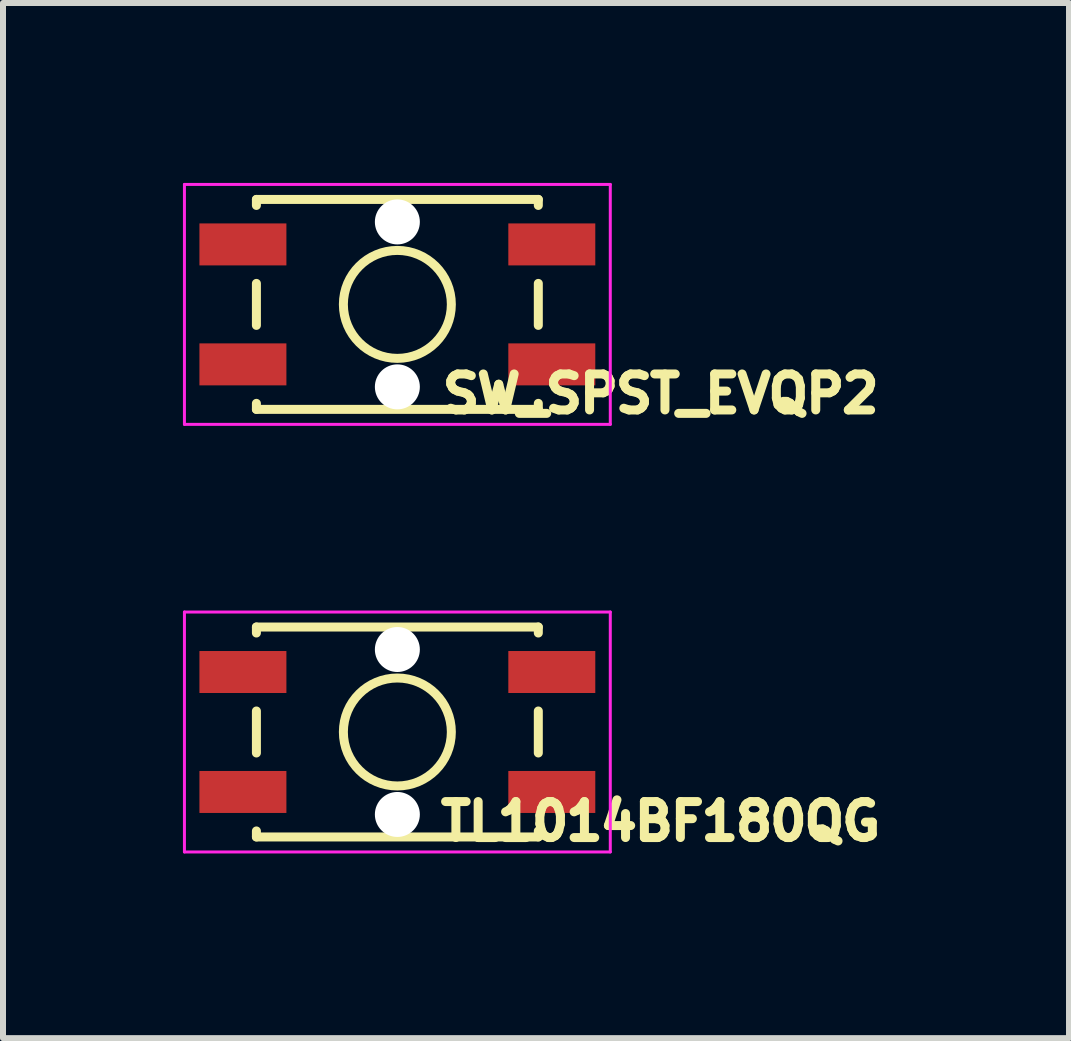
<source format=kicad_pcb>
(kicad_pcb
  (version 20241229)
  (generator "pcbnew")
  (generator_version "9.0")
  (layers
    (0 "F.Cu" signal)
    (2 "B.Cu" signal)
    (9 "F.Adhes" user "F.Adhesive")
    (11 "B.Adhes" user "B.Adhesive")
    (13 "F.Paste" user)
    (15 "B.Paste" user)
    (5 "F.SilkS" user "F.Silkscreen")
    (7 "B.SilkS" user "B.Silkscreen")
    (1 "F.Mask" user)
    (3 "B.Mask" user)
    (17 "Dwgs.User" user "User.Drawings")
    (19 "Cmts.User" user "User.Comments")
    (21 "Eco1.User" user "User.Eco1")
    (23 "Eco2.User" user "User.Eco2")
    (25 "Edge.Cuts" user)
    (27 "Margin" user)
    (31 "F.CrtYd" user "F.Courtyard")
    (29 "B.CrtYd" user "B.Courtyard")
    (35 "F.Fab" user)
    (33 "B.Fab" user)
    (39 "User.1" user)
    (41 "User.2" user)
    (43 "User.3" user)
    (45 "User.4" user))
  (footprint "SW_SPST_EVQP2"
    (layer "F.Cu")
    (at 3.575 2.025)
    (property "Reference" "SW_SPST_EVQP2" (at 4.39 1.49 0) (layer "F.SilkS") (effects (font (size 0.6 0.6) (thickness 0.15))))
    (attr smd)
    (fp_line (start -2.35 -1.75) (end -2.35 -1.65) (stroke (width 0.15) (type solid)) (layer "F.SilkS"))
    (fp_line (start -2.35 -0.35) (end -2.35 0.35) (stroke (width 0.15) (type solid)) (layer "F.SilkS"))
    (fp_line (start -2.35 1.65) (end -2.35 1.75) (stroke (width 0.15) (type solid)) (layer "F.SilkS"))
    (fp_line (start -2.35 1.75) (end 2.35 1.75) (stroke (width 0.15) (type solid)) (layer "F.SilkS"))
    (fp_line (start 2.35 -1.75) (end -2.35 -1.75) (stroke (width 0.15) (type solid)) (layer "F.SilkS"))
    (fp_line (start 2.35 -1.75) (end 2.35 -1.65) (stroke (width 0.15) (type solid)) (layer "F.SilkS"))
    (fp_line (start 2.35 -0.35) (end 2.35 0.35) (stroke (width 0.15) (type solid)) (layer "F.SilkS"))
    (fp_line (start 2.35 1.75) (end 2.35 1.65) (stroke (width 0.15) (type solid)) (layer "F.SilkS"))
    (fp_circle (center 0 0) (end 0.9 0) (stroke (width 0.15) (type solid)) (fill no) (layer "F.SilkS"))
    (fp_line (start -3.55 -2) (end 3.55 -2) (stroke (width 0.05) (type solid)) (layer "F.CrtYd"))
    (fp_line (start -3.55 2) (end -3.55 -2) (stroke (width 0.05) (type solid)) (layer "F.CrtYd"))
    (fp_line (start 3.55 -2) (end 3.55 2) (stroke (width 0.05) (type solid)) (layer "F.CrtYd"))
    (fp_line (start 3.55 2) (end -3.55 2) (stroke (width 0.05) (type solid)) (layer "F.CrtYd"))
    (pad "" np_thru_hole circle (at 0 -1.375) (size 0.75 0.75) (drill 0.75) (layers "*.Cu"))
    (pad "" np_thru_hole circle (at 0 1.375) (size 0.75 0.75) (drill 0.75) (layers "*.Cu"))
    (pad "1" smd rect (at -2.575 -1) (size 1.45 0.7) (layers "F.Cu" "F.Mask" "F.Paste"))
    (pad "1" smd rect (at 2.575 -1) (size 1.45 0.7) (layers "F.Cu" "F.Mask" "F.Paste"))
    (pad "2" smd rect (at -2.575 1) (size 1.45 0.7) (layers "F.Cu" "F.Mask" "F.Paste"))
    (pad "2" smd rect (at 2.575 1) (size 1.45 0.7) (layers "F.Cu" "F.Mask" "F.Paste")))
  (footprint "TL1014BF180QG"
    (layer "F.Cu")
    (at 3.575 9.154)
    (property "Reference" "TL1014BF180QG" (at 4.39 1.49 0) (layer "F.SilkS") (effects (font (size 0.6 0.6) (thickness 0.15))))
    (attr smd)
    (fp_line (start -2.35 -1.75) (end -2.35 -1.65) (stroke (width 0.15) (type solid)) (layer "F.SilkS"))
    (fp_line (start -2.35 -0.35) (end -2.35 0.35) (stroke (width 0.15) (type solid)) (layer "F.SilkS"))
    (fp_line (start -2.35 1.65) (end -2.35 1.75) (stroke (width 0.15) (type solid)) (layer "F.SilkS"))
    (fp_line (start -2.35 1.75) (end 2.35 1.75) (stroke (width 0.15) (type solid)) (layer "F.SilkS"))
    (fp_line (start 2.35 -1.75) (end -2.35 -1.75) (stroke (width 0.15) (type solid)) (layer "F.SilkS"))
    (fp_line (start 2.35 -1.75) (end 2.35 -1.65) (stroke (width 0.15) (type solid)) (layer "F.SilkS"))
    (fp_line (start 2.35 -0.35) (end 2.35 0.35) (stroke (width 0.15) (type solid)) (layer "F.SilkS"))
    (fp_line (start 2.35 1.75) (end 2.35 1.65) (stroke (width 0.15) (type solid)) (layer "F.SilkS"))
    (fp_circle (center 0 0) (end 0.9 0) (stroke (width 0.15) (type solid)) (fill no) (layer "F.SilkS"))
    (fp_line (start -3.55 -2) (end 3.55 -2) (stroke (width 0.05) (type solid)) (layer "F.CrtYd"))
    (fp_line (start -3.55 2) (end -3.55 -2) (stroke (width 0.05) (type solid)) (layer "F.CrtYd"))
    (fp_line (start 3.55 -2) (end 3.55 2) (stroke (width 0.05) (type solid)) (layer "F.CrtYd"))
    (fp_line (start 3.55 2) (end -3.55 2) (stroke (width 0.05) (type solid)) (layer "F.CrtYd"))
    (pad "" np_thru_hole circle (at 0 -1.375) (size 0.75 0.75) (drill 0.75) (layers "*.Cu"))
    (pad "" np_thru_hole circle (at 0 1.375) (size 0.75 0.75) (drill 0.75) (layers "*.Cu"))
    (pad "1" smd rect (at -2.575 -1) (size 1.45 0.7) (layers "F.Cu" "F.Mask" "F.Paste"))
    (pad "1" smd rect (at 2.575 -1) (size 1.45 0.7) (layers "F.Cu" "F.Mask" "F.Paste"))
    (pad "2" smd rect (at -2.575 1) (size 1.45 0.7) (layers "F.Cu" "F.Mask" "F.Paste"))
    (pad "2" smd rect (at 2.575 1) (size 1.45 0.7) (layers "F.Cu" "F.Mask" "F.Paste")))
  (gr_rect
    (start -3 -3)
    (end 14.773 14.258)
    (stroke (width 0.1) (type default))
    (fill no)
    (layer "Edge.Cuts")))
</source>
